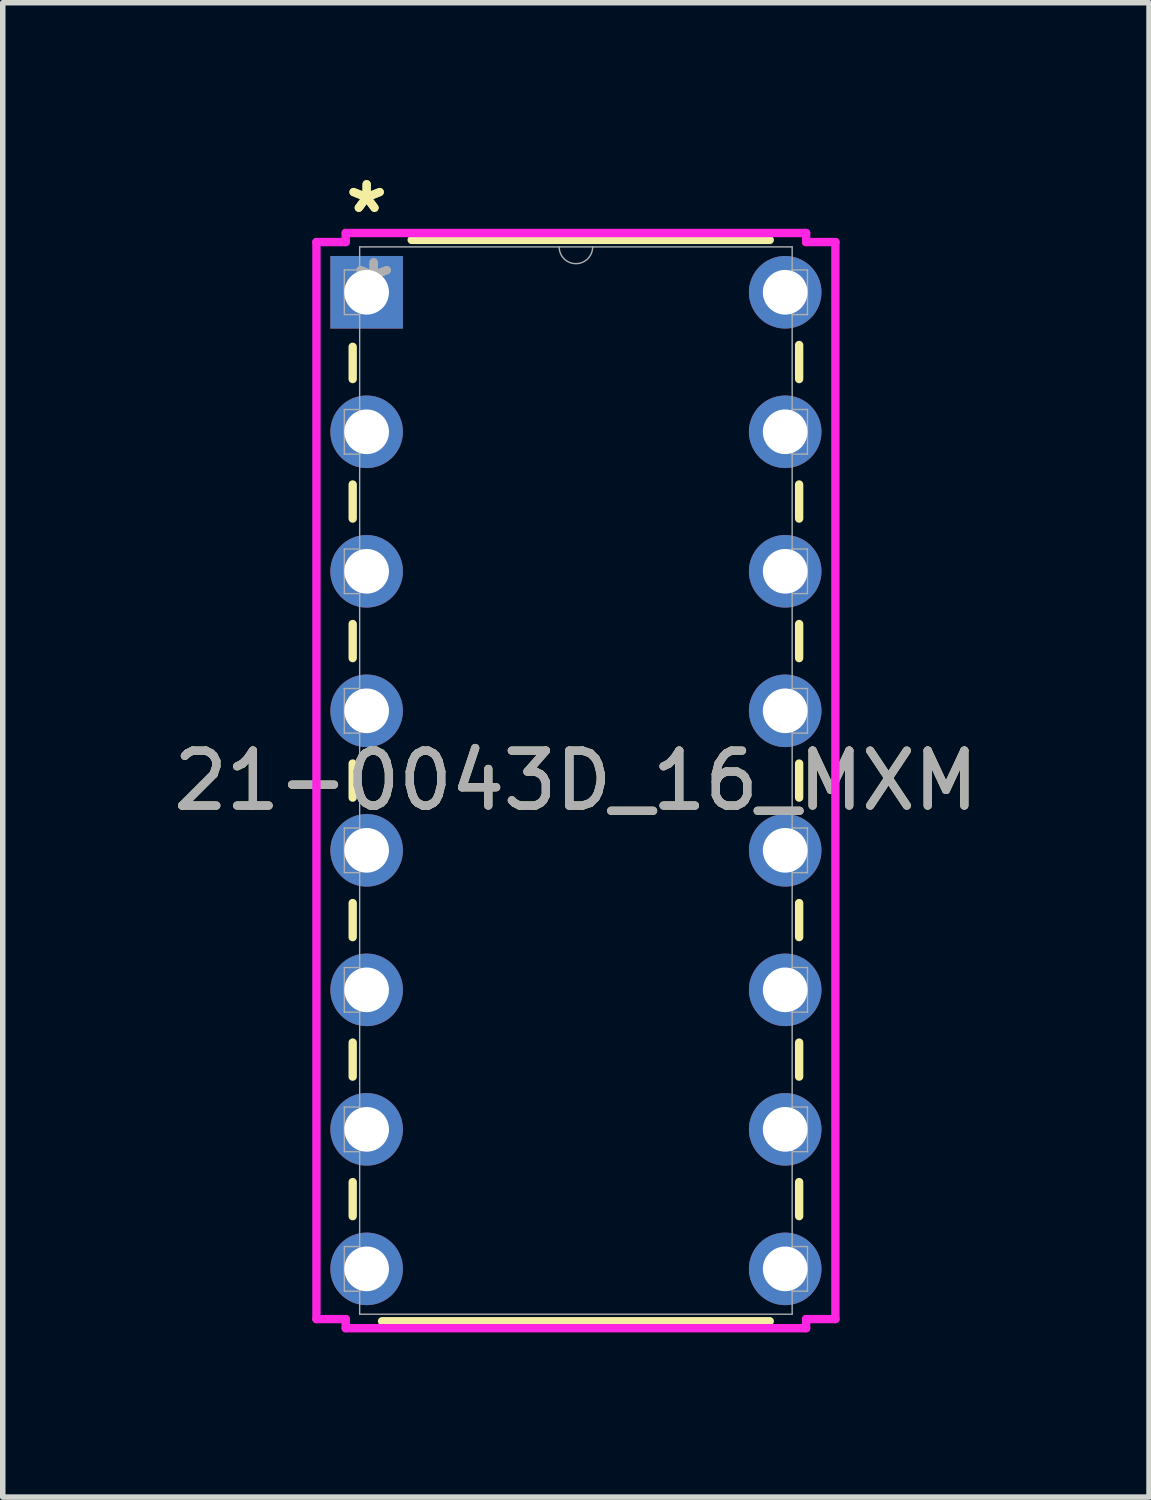
<source format=kicad_pcb>
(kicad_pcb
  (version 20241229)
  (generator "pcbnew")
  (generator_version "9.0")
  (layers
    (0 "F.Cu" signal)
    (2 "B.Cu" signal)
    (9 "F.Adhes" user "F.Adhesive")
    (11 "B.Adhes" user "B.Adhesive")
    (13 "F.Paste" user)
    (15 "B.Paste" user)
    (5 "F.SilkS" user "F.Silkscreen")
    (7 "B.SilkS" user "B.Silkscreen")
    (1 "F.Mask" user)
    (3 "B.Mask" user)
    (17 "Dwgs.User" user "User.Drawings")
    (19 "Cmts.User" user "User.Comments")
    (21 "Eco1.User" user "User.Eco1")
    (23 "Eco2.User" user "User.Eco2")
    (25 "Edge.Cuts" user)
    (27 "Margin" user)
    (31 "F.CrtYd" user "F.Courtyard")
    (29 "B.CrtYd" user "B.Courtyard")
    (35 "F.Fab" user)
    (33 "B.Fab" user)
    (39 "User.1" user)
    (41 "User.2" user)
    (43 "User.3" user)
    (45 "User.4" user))
  (footprint "21-0043D_16_MXM"
    (layer "F.Cu")
    (at 3.625 2.271)
    (property "Reference" "21-0043D_16_MXM" (at 3.81 8.89 0) (unlocked yes) (layer "F.SilkS") (effects (font (size 1 1) (thickness 0.15))))
    (attr through_hole)
    (fp_line (start -0.254 0.993) (end -0.254 1.58) (stroke (width 0.152) (type solid)) (layer "F.SilkS"))
    (fp_line (start -0.254 3.5) (end -0.254 4.12) (stroke (width 0.152) (type solid)) (layer "F.SilkS"))
    (fp_line (start -0.254 6.04) (end -0.254 6.66) (stroke (width 0.152) (type solid)) (layer "F.SilkS"))
    (fp_line (start -0.254 8.58) (end -0.254 9.2) (stroke (width 0.152) (type solid)) (layer "F.SilkS"))
    (fp_line (start -0.254 11.12) (end -0.254 11.74) (stroke (width 0.152) (type solid)) (layer "F.SilkS"))
    (fp_line (start -0.254 13.66) (end -0.254 14.28) (stroke (width 0.152) (type solid)) (layer "F.SilkS"))
    (fp_line (start -0.254 16.2) (end -0.254 16.82) (stroke (width 0.152) (type solid)) (layer "F.SilkS"))
    (fp_line (start 0.281 18.733) (end 7.339 18.733) (stroke (width 0.152) (type solid)) (layer "F.SilkS"))
    (fp_line (start 7.339 -0.953) (end 0.82 -0.953) (stroke (width 0.152) (type solid)) (layer "F.SilkS"))
    (fp_line (start 7.874 1.58) (end 7.874 0.96) (stroke (width 0.152) (type solid)) (layer "F.SilkS"))
    (fp_line (start 7.874 4.12) (end 7.874 3.5) (stroke (width 0.152) (type solid)) (layer "F.SilkS"))
    (fp_line (start 7.874 6.66) (end 7.874 6.04) (stroke (width 0.152) (type solid)) (layer "F.SilkS"))
    (fp_line (start 7.874 9.2) (end 7.874 8.58) (stroke (width 0.152) (type solid)) (layer "F.SilkS"))
    (fp_line (start 7.874 11.74) (end 7.874 11.12) (stroke (width 0.152) (type solid)) (layer "F.SilkS"))
    (fp_line (start 7.874 14.28) (end 7.874 13.66) (stroke (width 0.152) (type solid)) (layer "F.SilkS"))
    (fp_line (start 7.874 16.82) (end 7.874 16.2) (stroke (width 0.152) (type solid)) (layer "F.SilkS"))
    (fp_line (start -0.914 -0.914) (end -0.381 -0.914) (stroke (width 0.152) (type solid)) (layer "F.CrtYd"))
    (fp_line (start -0.914 18.694) (end -0.914 -0.914) (stroke (width 0.152) (type solid)) (layer "F.CrtYd"))
    (fp_line (start -0.381 -1.079) (end 8.001 -1.079) (stroke (width 0.152) (type solid)) (layer "F.CrtYd"))
    (fp_line (start -0.381 -0.914) (end -0.381 -1.079) (stroke (width 0.152) (type solid)) (layer "F.CrtYd"))
    (fp_line (start -0.381 18.694) (end -0.914 18.694) (stroke (width 0.152) (type solid)) (layer "F.CrtYd"))
    (fp_line (start -0.381 18.86) (end -0.381 18.694) (stroke (width 0.152) (type solid)) (layer "F.CrtYd"))
    (fp_line (start 8.001 -1.079) (end 8.001 -0.914) (stroke (width 0.152) (type solid)) (layer "F.CrtYd"))
    (fp_line (start 8.001 18.694) (end 8.001 18.86) (stroke (width 0.152) (type solid)) (layer "F.CrtYd"))
    (fp_line (start 8.001 18.86) (end -0.381 18.86) (stroke (width 0.152) (type solid)) (layer "F.CrtYd"))
    (fp_line (start 8.534 -0.914) (end 8.001 -0.914) (stroke (width 0.152) (type solid)) (layer "F.CrtYd"))
    (fp_line (start 8.534 -0.914) (end 8.534 18.694) (stroke (width 0.152) (type solid)) (layer "F.CrtYd"))
    (fp_line (start 8.534 18.694) (end 8.001 18.694) (stroke (width 0.152) (type solid)) (layer "F.CrtYd"))
    (fp_line (start -0.406 -0.406) (end -0.406 0.406) (stroke (width 0.025) (type solid)) (layer "F.Fab"))
    (fp_line (start -0.406 0.406) (end -0.127 0.406) (stroke (width 0.025) (type solid)) (layer "F.Fab"))
    (fp_line (start -0.406 2.134) (end -0.406 2.946) (stroke (width 0.025) (type solid)) (layer "F.Fab"))
    (fp_line (start -0.406 2.946) (end -0.127 2.946) (stroke (width 0.025) (type solid)) (layer "F.Fab"))
    (fp_line (start -0.406 4.674) (end -0.406 5.486) (stroke (width 0.025) (type solid)) (layer "F.Fab"))
    (fp_line (start -0.406 5.486) (end -0.127 5.486) (stroke (width 0.025) (type solid)) (layer "F.Fab"))
    (fp_line (start -0.406 7.214) (end -0.406 8.026) (stroke (width 0.025) (type solid)) (layer "F.Fab"))
    (fp_line (start -0.406 8.026) (end -0.127 8.026) (stroke (width 0.025) (type solid)) (layer "F.Fab"))
    (fp_line (start -0.406 9.754) (end -0.406 10.566) (stroke (width 0.025) (type solid)) (layer "F.Fab"))
    (fp_line (start -0.406 10.566) (end -0.127 10.566) (stroke (width 0.025) (type solid)) (layer "F.Fab"))
    (fp_line (start -0.406 12.294) (end -0.406 13.106) (stroke (width 0.025) (type solid)) (layer "F.Fab"))
    (fp_line (start -0.406 13.106) (end -0.127 13.106) (stroke (width 0.025) (type solid)) (layer "F.Fab"))
    (fp_line (start -0.406 14.834) (end -0.406 15.646) (stroke (width 0.025) (type solid)) (layer "F.Fab"))
    (fp_line (start -0.406 15.646) (end -0.127 15.646) (stroke (width 0.025) (type solid)) (layer "F.Fab"))
    (fp_line (start -0.406 17.374) (end -0.406 18.186) (stroke (width 0.025) (type solid)) (layer "F.Fab"))
    (fp_line (start -0.406 18.186) (end -0.127 18.186) (stroke (width 0.025) (type solid)) (layer "F.Fab"))
    (fp_line (start -0.127 -0.826) (end -0.127 18.605) (stroke (width 0.025) (type solid)) (layer "F.Fab"))
    (fp_line (start -0.127 -0.406) (end -0.406 -0.406) (stroke (width 0.025) (type solid)) (layer "F.Fab"))
    (fp_line (start -0.127 0.406) (end -0.127 -0.406) (stroke (width 0.025) (type solid)) (layer "F.Fab"))
    (fp_line (start -0.127 2.134) (end -0.406 2.134) (stroke (width 0.025) (type solid)) (layer "F.Fab"))
    (fp_line (start -0.127 2.946) (end -0.127 2.134) (stroke (width 0.025) (type solid)) (layer "F.Fab"))
    (fp_line (start -0.127 4.674) (end -0.406 4.674) (stroke (width 0.025) (type solid)) (layer "F.Fab"))
    (fp_line (start -0.127 5.486) (end -0.127 4.674) (stroke (width 0.025) (type solid)) (layer "F.Fab"))
    (fp_line (start -0.127 7.214) (end -0.406 7.214) (stroke (width 0.025) (type solid)) (layer "F.Fab"))
    (fp_line (start -0.127 8.026) (end -0.127 7.214) (stroke (width 0.025) (type solid)) (layer "F.Fab"))
    (fp_line (start -0.127 9.754) (end -0.406 9.754) (stroke (width 0.025) (type solid)) (layer "F.Fab"))
    (fp_line (start -0.127 10.566) (end -0.127 9.754) (stroke (width 0.025) (type solid)) (layer "F.Fab"))
    (fp_line (start -0.127 12.294) (end -0.406 12.294) (stroke (width 0.025) (type solid)) (layer "F.Fab"))
    (fp_line (start -0.127 13.106) (end -0.127 12.294) (stroke (width 0.025) (type solid)) (layer "F.Fab"))
    (fp_line (start -0.127 14.834) (end -0.406 14.834) (stroke (width 0.025) (type solid)) (layer "F.Fab"))
    (fp_line (start -0.127 15.646) (end -0.127 14.834) (stroke (width 0.025) (type solid)) (layer "F.Fab"))
    (fp_line (start -0.127 17.374) (end -0.406 17.374) (stroke (width 0.025) (type solid)) (layer "F.Fab"))
    (fp_line (start -0.127 18.186) (end -0.127 17.374) (stroke (width 0.025) (type solid)) (layer "F.Fab"))
    (fp_line (start -0.127 18.605) (end 7.747 18.605) (stroke (width 0.025) (type solid)) (layer "F.Fab"))
    (fp_line (start 7.747 -0.826) (end -0.127 -0.826) (stroke (width 0.025) (type solid)) (layer "F.Fab"))
    (fp_line (start 7.747 -0.406) (end 7.747 0.406) (stroke (width 0.025) (type solid)) (layer "F.Fab"))
    (fp_line (start 7.747 0.406) (end 8.026 0.406) (stroke (width 0.025) (type solid)) (layer "F.Fab"))
    (fp_line (start 7.747 2.134) (end 7.747 2.946) (stroke (width 0.025) (type solid)) (layer "F.Fab"))
    (fp_line (start 7.747 2.946) (end 8.026 2.946) (stroke (width 0.025) (type solid)) (layer "F.Fab"))
    (fp_line (start 7.747 4.674) (end 7.747 5.486) (stroke (width 0.025) (type solid)) (layer "F.Fab"))
    (fp_line (start 7.747 5.486) (end 8.026 5.486) (stroke (width 0.025) (type solid)) (layer "F.Fab"))
    (fp_line (start 7.747 7.214) (end 7.747 8.026) (stroke (width 0.025) (type solid)) (layer "F.Fab"))
    (fp_line (start 7.747 8.026) (end 8.026 8.026) (stroke (width 0.025) (type solid)) (layer "F.Fab"))
    (fp_line (start 7.747 9.754) (end 7.747 10.566) (stroke (width 0.025) (type solid)) (layer "F.Fab"))
    (fp_line (start 7.747 10.566) (end 8.026 10.566) (stroke (width 0.025) (type solid)) (layer "F.Fab"))
    (fp_line (start 7.747 12.294) (end 7.747 13.106) (stroke (width 0.025) (type solid)) (layer "F.Fab"))
    (fp_line (start 7.747 13.106) (end 8.026 13.106) (stroke (width 0.025) (type solid)) (layer "F.Fab"))
    (fp_line (start 7.747 14.834) (end 7.747 15.646) (stroke (width 0.025) (type solid)) (layer "F.Fab"))
    (fp_line (start 7.747 15.646) (end 8.026 15.646) (stroke (width 0.025) (type solid)) (layer "F.Fab"))
    (fp_line (start 7.747 17.374) (end 7.747 18.186) (stroke (width 0.025) (type solid)) (layer "F.Fab"))
    (fp_line (start 7.747 18.186) (end 8.026 18.186) (stroke (width 0.025) (type solid)) (layer "F.Fab"))
    (fp_line (start 7.747 18.605) (end 7.747 -0.826) (stroke (width 0.025) (type solid)) (layer "F.Fab"))
    (fp_line (start 8.026 -0.406) (end 7.747 -0.406) (stroke (width 0.025) (type solid)) (layer "F.Fab"))
    (fp_line (start 8.026 0.406) (end 8.026 -0.406) (stroke (width 0.025) (type solid)) (layer "F.Fab"))
    (fp_line (start 8.026 2.134) (end 7.747 2.134) (stroke (width 0.025) (type solid)) (layer "F.Fab"))
    (fp_line (start 8.026 2.946) (end 8.026 2.134) (stroke (width 0.025) (type solid)) (layer "F.Fab"))
    (fp_line (start 8.026 4.674) (end 7.747 4.674) (stroke (width 0.025) (type solid)) (layer "F.Fab"))
    (fp_line (start 8.026 5.486) (end 8.026 4.674) (stroke (width 0.025) (type solid)) (layer "F.Fab"))
    (fp_line (start 8.026 7.214) (end 7.747 7.214) (stroke (width 0.025) (type solid)) (layer "F.Fab"))
    (fp_line (start 8.026 8.026) (end 8.026 7.214) (stroke (width 0.025) (type solid)) (layer "F.Fab"))
    (fp_line (start 8.026 9.754) (end 7.747 9.754) (stroke (width 0.025) (type solid)) (layer "F.Fab"))
    (fp_line (start 8.026 10.566) (end 8.026 9.754) (stroke (width 0.025) (type solid)) (layer "F.Fab"))
    (fp_line (start 8.026 12.294) (end 7.747 12.294) (stroke (width 0.025) (type solid)) (layer "F.Fab"))
    (fp_line (start 8.026 13.106) (end 8.026 12.294) (stroke (width 0.025) (type solid)) (layer "F.Fab"))
    (fp_line (start 8.026 14.834) (end 7.747 14.834) (stroke (width 0.025) (type solid)) (layer "F.Fab"))
    (fp_line (start 8.026 15.646) (end 8.026 14.834) (stroke (width 0.025) (type solid)) (layer "F.Fab"))
    (fp_line (start 8.026 17.374) (end 7.747 17.374) (stroke (width 0.025) (type solid)) (layer "F.Fab"))
    (fp_line (start 8.026 18.186) (end 8.026 17.374) (stroke (width 0.025) (type solid)) (layer "F.Fab"))
    (fp_arc (start 4.1148 -0.8255) (mid 3.81 -0.5207) (end 3.5052 -0.8255) (stroke (width 0.0254) (type solid)) (layer "F.Fab"))
    (fp_text user "*" (at 0 -1.422 0) (unlocked yes) (layer "F.SilkS") (effects (font (size 1 1) (thickness 0.15))))
    (fp_text user "*" (at 0 -1.422 0) (layer "F.SilkS") (effects (font (size 1 1) (thickness 0.15))))
    (fp_text user "*" (at 0.127 0 0) (unlocked yes) (layer "F.Fab") (effects (font (size 1 1) (thickness 0.15))))
    (fp_text user "${REFERENCE}" (at 3.81 8.89 0) (unlocked yes) (layer "F.Fab") (effects (font (size 1 1) (thickness 0.15))))
    (fp_text user "*" (at 0.127 0 0) (layer "F.Fab") (effects (font (size 1 1) (thickness 0.15))))
    (pad "1" thru_hole rect (at 0 0) (size 1.321 1.321) (drill 0.813) (layers "*.Cu" "*.Mask"))
    (pad "2" thru_hole circle (at 0 2.54) (size 1.321 1.321) (drill 0.813) (layers "*.Cu" "*.Mask"))
    (pad "3" thru_hole circle (at 0 5.08) (size 1.321 1.321) (drill 0.813) (layers "*.Cu" "*.Mask"))
    (pad "4" thru_hole circle (at 0 7.62) (size 1.321 1.321) (drill 0.813) (layers "*.Cu" "*.Mask"))
    (pad "5" thru_hole circle (at 0 10.16) (size 1.321 1.321) (drill 0.813) (layers "*.Cu" "*.Mask"))
    (pad "6" thru_hole circle (at 0 12.7) (size 1.321 1.321) (drill 0.813) (layers "*.Cu" "*.Mask"))
    (pad "7" thru_hole circle (at 0 15.24) (size 1.321 1.321) (drill 0.813) (layers "*.Cu" "*.Mask"))
    (pad "8" thru_hole circle (at 0 17.78) (size 1.321 1.321) (drill 0.813) (layers "*.Cu" "*.Mask"))
    (pad "9" thru_hole circle (at 7.62 17.78) (size 1.321 1.321) (drill 0.813) (layers "*.Cu" "*.Mask"))
    (pad "10" thru_hole circle (at 7.62 15.24) (size 1.321 1.321) (drill 0.813) (layers "*.Cu" "*.Mask"))
    (pad "11" thru_hole circle (at 7.62 12.7) (size 1.321 1.321) (drill 0.813) (layers "*.Cu" "*.Mask"))
    (pad "12" thru_hole circle (at 7.62 10.16) (size 1.321 1.321) (drill 0.813) (layers "*.Cu" "*.Mask"))
    (pad "13" thru_hole circle (at 7.62 7.62) (size 1.321 1.321) (drill 0.813) (layers "*.Cu" "*.Mask"))
    (pad "14" thru_hole circle (at 7.62 5.08) (size 1.321 1.321) (drill 0.813) (layers "*.Cu" "*.Mask"))
    (pad "15" thru_hole circle (at 7.62 2.54) (size 1.321 1.321) (drill 0.813) (layers "*.Cu" "*.Mask"))
    (pad "16" thru_hole circle (at 7.62 0) (size 1.321 1.321) (drill 0.813) (layers "*.Cu" "*.Mask")))
  (gr_rect
    (start -3 -3)
    (end 17.869 24.206)
    (stroke (width 0.1) (type default))
    (fill no)
    (layer "Edge.Cuts")))
</source>
